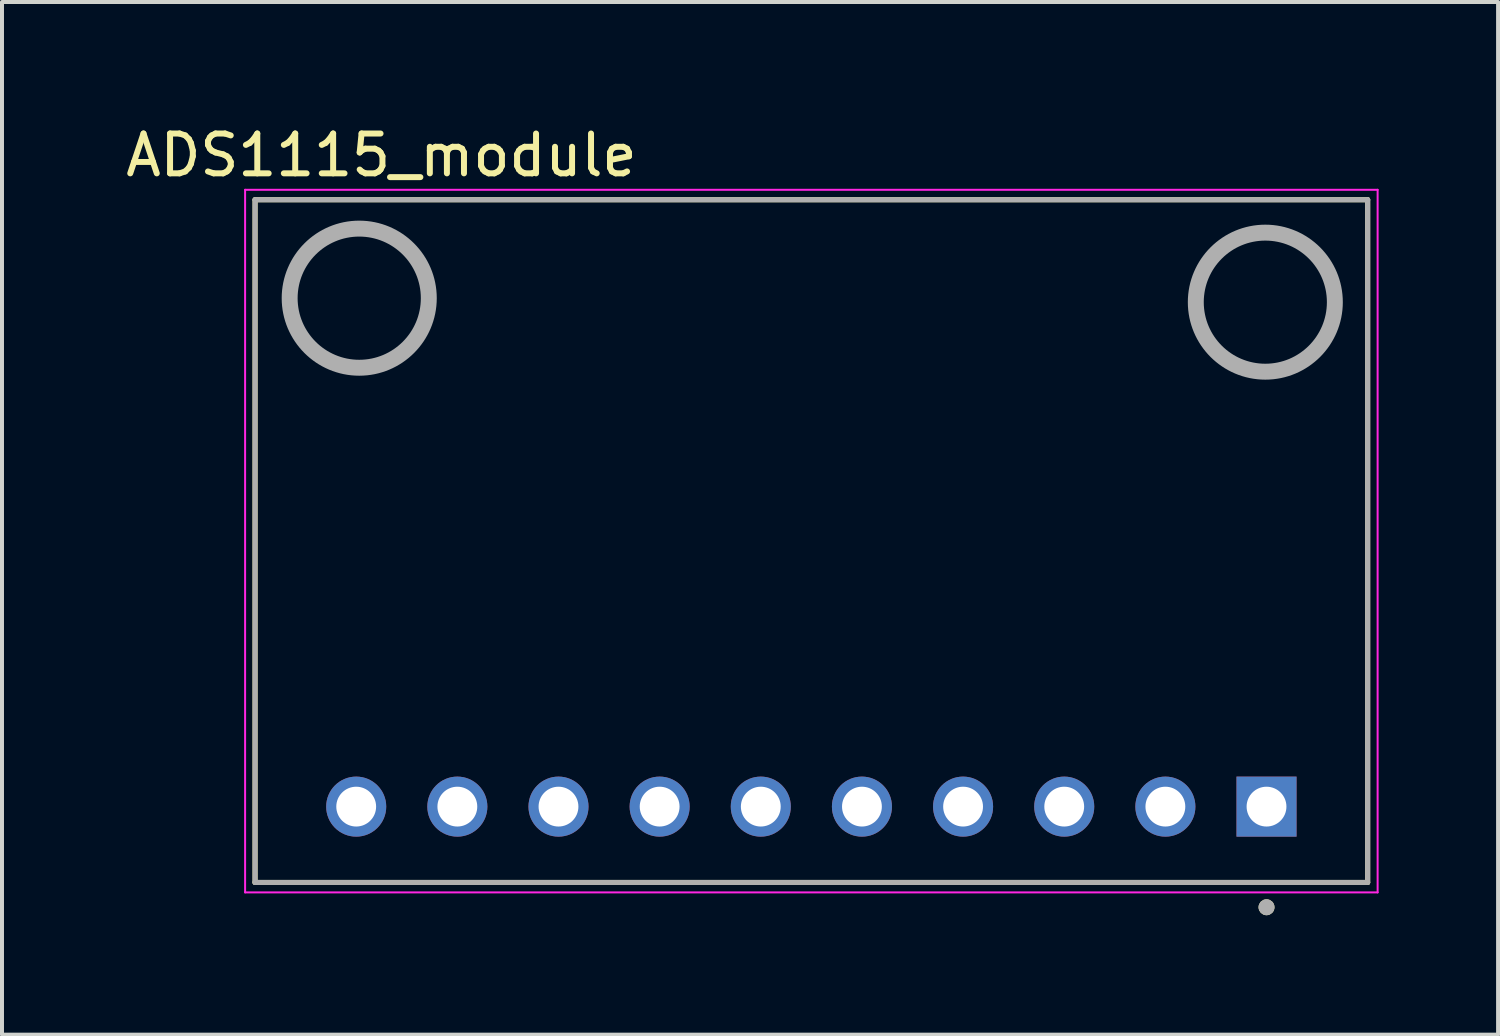
<source format=kicad_pcb>
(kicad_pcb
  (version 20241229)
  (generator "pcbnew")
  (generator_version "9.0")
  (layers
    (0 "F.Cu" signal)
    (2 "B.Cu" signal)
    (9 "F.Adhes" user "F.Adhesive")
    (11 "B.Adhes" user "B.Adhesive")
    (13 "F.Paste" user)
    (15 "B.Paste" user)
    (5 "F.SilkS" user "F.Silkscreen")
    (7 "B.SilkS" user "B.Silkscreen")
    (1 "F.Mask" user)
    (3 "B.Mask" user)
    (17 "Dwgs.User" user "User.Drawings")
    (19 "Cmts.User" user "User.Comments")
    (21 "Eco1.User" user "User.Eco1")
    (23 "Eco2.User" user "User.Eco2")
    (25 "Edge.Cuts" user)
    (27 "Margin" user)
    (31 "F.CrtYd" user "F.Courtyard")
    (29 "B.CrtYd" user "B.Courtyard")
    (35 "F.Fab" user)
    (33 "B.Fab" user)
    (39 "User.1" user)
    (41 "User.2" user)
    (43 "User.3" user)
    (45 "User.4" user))
  (footprint "ADS1115_module"
    (layer "F.Cu")
    (at 17.325 10.538)
    (property "Reference" "ADS1115_module" (at -10.795 -9.69 0) (layer "F.SilkS") (effects (font (size 1 1) (thickness 0.15))))
    (attr through_hole)
    (fp_line (start -13.97 -8.572) (end 13.97 -8.572) (stroke (width 0.127) (type solid)) (layer "F.SilkS"))
    (fp_line (start -13.97 8.572) (end -13.97 -8.572) (stroke (width 0.127) (type solid)) (layer "F.SilkS"))
    (fp_line (start 13.97 -8.572) (end 13.97 8.572) (stroke (width 0.127) (type solid)) (layer "F.SilkS"))
    (fp_line (start 13.97 8.572) (end -13.97 8.572) (stroke (width 0.127) (type solid)) (layer "F.SilkS"))
    (fp_circle (center 11.43 9.195) (end 11.53 9.195) (stroke (width 0.2) (type solid)) (fill no) (layer "F.SilkS"))
    (fp_line (start -14.22 -8.822) (end 14.22 -8.822) (stroke (width 0.05) (type solid)) (layer "F.CrtYd"))
    (fp_line (start -14.22 8.822) (end -14.22 -8.822) (stroke (width 0.05) (type solid)) (layer "F.CrtYd"))
    (fp_line (start 14.22 -8.822) (end 14.22 8.822) (stroke (width 0.05) (type solid)) (layer "F.CrtYd"))
    (fp_line (start 14.22 8.822) (end -14.22 8.822) (stroke (width 0.05) (type solid)) (layer "F.CrtYd"))
    (fp_line (start -13.97 -8.572) (end 13.97 -8.572) (stroke (width 0.127) (type solid)) (layer "F.Fab"))
    (fp_line (start -13.97 8.572) (end -13.97 -8.572) (stroke (width 0.127) (type solid)) (layer "F.Fab"))
    (fp_line (start 13.97 -8.572) (end 13.97 8.572) (stroke (width 0.127) (type solid)) (layer "F.Fab"))
    (fp_line (start 13.97 8.572) (end -13.97 8.572) (stroke (width 0.127) (type solid)) (layer "F.Fab"))
    (fp_circle (center -11.354 -6.1) (end -9.607 -6.1) (stroke (width 0.4) (type default)) (fill no) (layer "F.Fab"))
    (fp_circle (center 11.4 -6) (end 13.146 -6) (stroke (width 0.4) (type default)) (fill no) (layer "F.Fab"))
    (fp_circle (center 11.43 9.195) (end 11.53 9.195) (stroke (width 0.2) (type solid)) (fill no) (layer "F.Fab"))
    (pad "1" thru_hole rect (at 11.43 6.668) (size 1.508 1.508) (drill 1) (layers "*.Cu" "*.Mask"))
    (pad "2" thru_hole circle (at 8.89 6.668) (size 1.508 1.508) (drill 1) (layers "*.Cu" "*.Mask"))
    (pad "3" thru_hole circle (at 6.35 6.668) (size 1.508 1.508) (drill 1) (layers "*.Cu" "*.Mask"))
    (pad "4" thru_hole circle (at 3.81 6.668) (size 1.508 1.508) (drill 1) (layers "*.Cu" "*.Mask"))
    (pad "5" thru_hole circle (at 1.27 6.668) (size 1.508 1.508) (drill 1) (layers "*.Cu" "*.Mask"))
    (pad "6" thru_hole circle (at -1.27 6.668) (size 1.508 1.508) (drill 1) (layers "*.Cu" "*.Mask"))
    (pad "7" thru_hole circle (at -3.81 6.668) (size 1.508 1.508) (drill 1) (layers "*.Cu" "*.Mask"))
    (pad "8" thru_hole circle (at -6.35 6.668) (size 1.508 1.508) (drill 1) (layers "*.Cu" "*.Mask"))
    (pad "9" thru_hole circle (at -8.89 6.668) (size 1.508 1.508) (drill 1) (layers "*.Cu" "*.Mask"))
    (pad "10" thru_hole circle (at -11.43 6.668) (size 1.508 1.508) (drill 1) (layers "*.Cu" "*.Mask")))
  (gr_rect
    (start -3 -3)
    (end 34.57 22.933)
    (stroke (width 0.1) (type default))
    (fill no)
    (layer "Edge.Cuts")))
</source>
